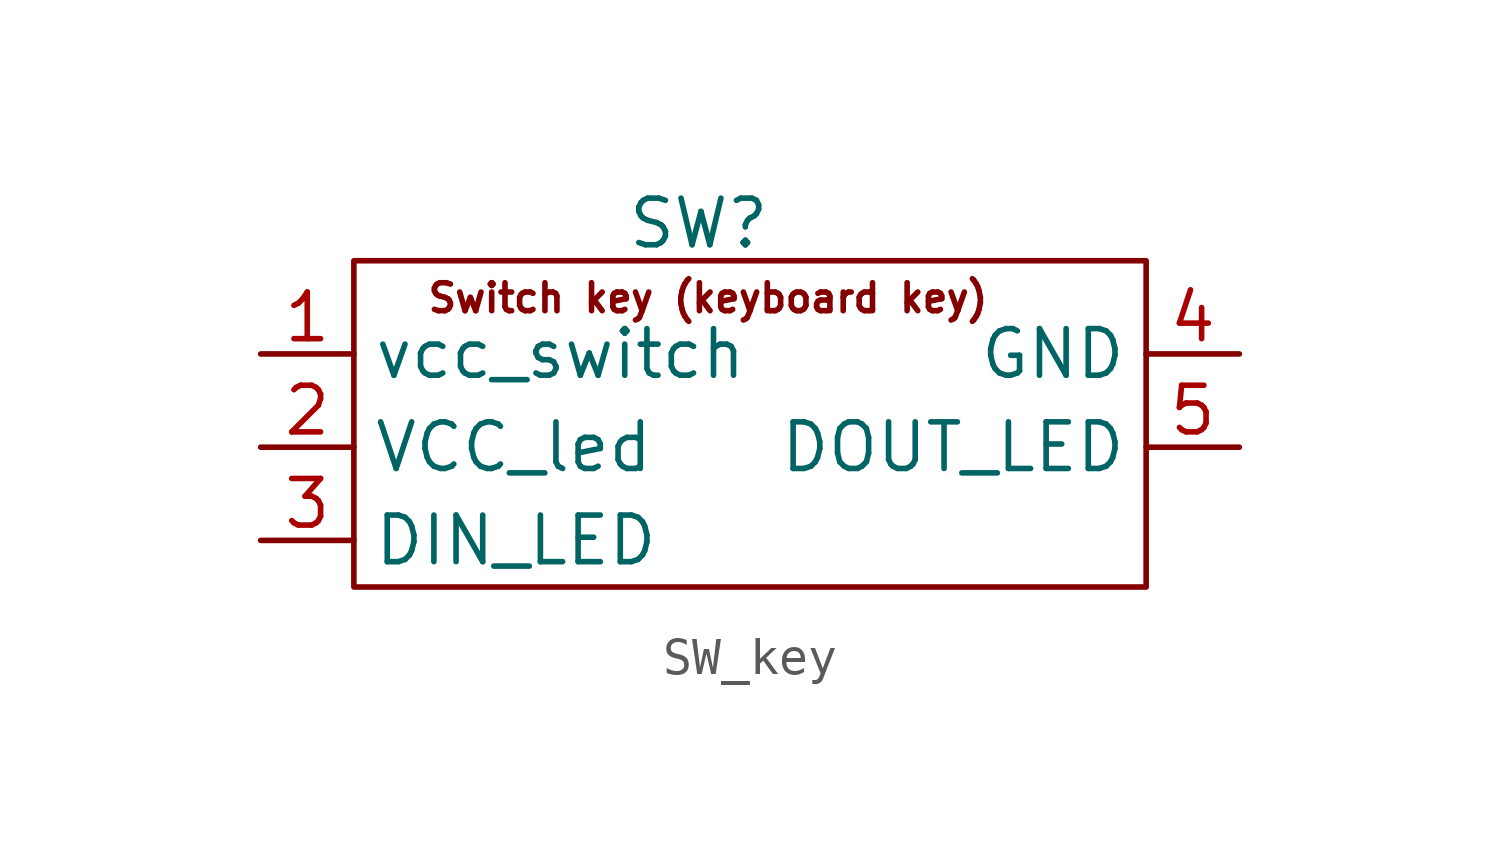
<source format=kicad_sym>
(kicad_symbol_lib
  (version 20241209)
  (generator "kicad_symbol_editor")
  (generator_version "9.0")
  (symbol "SW_key"
    (property "Reference" "SW"
      (at 3.048 1.016 0)
      (effects (font (size 1.27 1.27))))
    (property "Value" ""
      (at 0 0 0)
      (effects (font (size 1.27 1.27))))
    (symbol "SW_key_0_1"
      (rectangle (start -6.35 0) (end 15.24 -8.89) (stroke (width 0) (type default)) (fill (type none))))
    (symbol "SW_key_1_1"
      (text "Switch key (keyboard key)" (at 3.302 -1.016 0) (effects (font (size 0.762 0.762) (thickness 0.152) (bold yes))))
      (pin power_in line (at -8.89 -2.54 0) (length 2.54) (name "vcc_switch" (effects (font (size 1.27 1.27)))) (number "1" (effects (font (size 1.27 1.27)))))
      (pin power_in line (at -8.89 -5.08 0) (length 2.54) (name "VCC_led" (effects (font (size 1.27 1.27)))) (number "2" (effects (font (size 1.27 1.27)))))
      (pin input line (at -8.89 -7.62 0) (length 2.54) (name "DIN_LED" (effects (font (size 1.27 1.27)))) (number "3" (effects (font (size 1.27 1.27)))))
      (pin power_out line (at 17.78 -2.54 180) (length 2.54) (name "GND" (effects (font (size 1.27 1.27)))) (number "4" (effects (font (size 1.27 1.27)))))
      (pin output line (at 17.78 -5.08 180) (length 2.54) (name "DOUT_LED" (effects (font (size 1.27 1.27)))) (number "5" (effects (font (size 1.27 1.27))))))))
</source>
